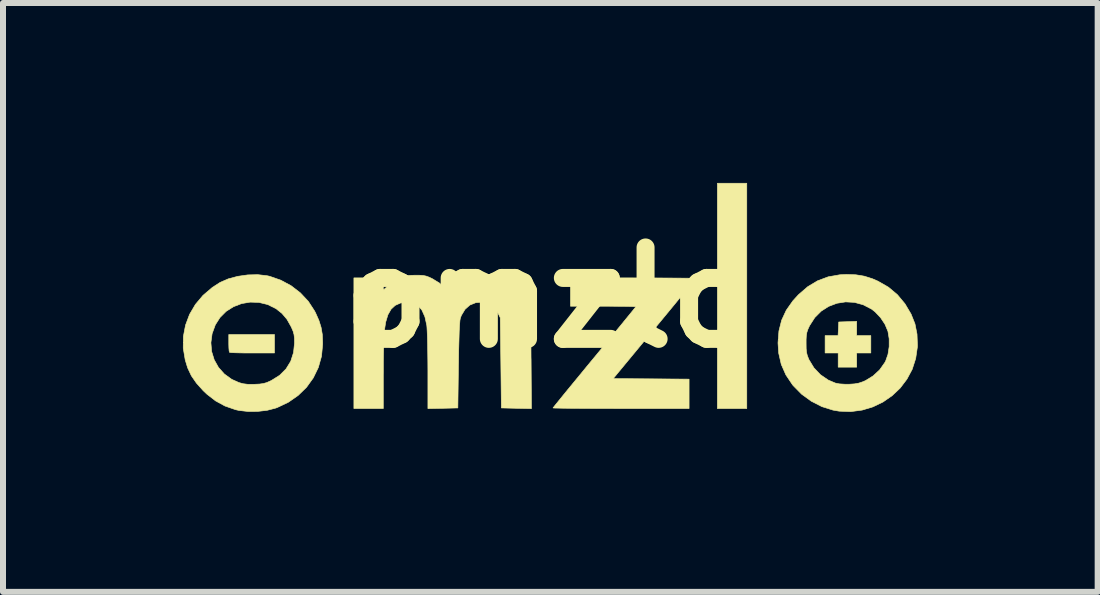
<source format=kicad_pcb>
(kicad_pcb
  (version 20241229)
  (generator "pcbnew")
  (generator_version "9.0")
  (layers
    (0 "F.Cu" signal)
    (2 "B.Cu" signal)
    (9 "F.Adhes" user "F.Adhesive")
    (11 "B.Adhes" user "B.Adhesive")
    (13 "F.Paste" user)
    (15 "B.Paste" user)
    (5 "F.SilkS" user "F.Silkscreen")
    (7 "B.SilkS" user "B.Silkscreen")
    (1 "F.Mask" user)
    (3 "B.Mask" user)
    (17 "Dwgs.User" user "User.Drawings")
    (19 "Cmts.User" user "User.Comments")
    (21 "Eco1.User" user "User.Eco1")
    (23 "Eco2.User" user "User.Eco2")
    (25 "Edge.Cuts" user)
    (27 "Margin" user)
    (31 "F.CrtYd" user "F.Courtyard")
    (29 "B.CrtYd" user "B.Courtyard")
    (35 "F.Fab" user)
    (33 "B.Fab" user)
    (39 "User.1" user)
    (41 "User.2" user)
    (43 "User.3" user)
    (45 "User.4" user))
  (footprint "omzlo"
    (layer "F.Cu")
    (at 6.116 1.91)
    (property "Reference" "omzlo" (at 0 0 0) (layer "F.SilkS") (effects (font (size 1.524 1.524) (thickness 0.3))))
    (attr through_hole)
    (fp_poly (pts (xy 3.284 1.851) (xy 2.794 1.851) (xy 2.794 -1.905) (xy 3.284 -1.905) (xy 3.284 1.851)) (stroke (width 0.01) (type solid)) (fill yes) (layer "F.SilkS"))
    (fp_poly (pts (xy -4.59 0.925) (xy -4.959 0.925) (xy -5.071 0.925) (xy -5.171 0.923) (xy -5.252 0.921) (xy -5.31 0.918) (xy -5.338 0.914) (xy -5.34 0.913) (xy -5.346 0.89) (xy -5.35 0.841) (xy -5.352 0.775) (xy -5.352 0.759) (xy -5.352 0.617) (xy -4.59 0.617) (xy -4.59 0.925)) (stroke (width 0.01) (type solid)) (fill yes) (layer "F.SilkS"))
    (fp_poly (pts (xy 5.116 0.635) (xy 5.352 0.635) (xy 5.352 0.925) (xy 5.116 0.925) (xy 5.116 1.161) (xy 4.808 1.161) (xy 4.808 0.925) (xy 4.59 0.925) (xy 4.59 0.635) (xy 4.806 0.635) (xy 4.812 0.522) (xy 4.817 0.408) (xy 4.967 0.403) (xy 5.116 0.398) (xy 5.116 0.635)) (stroke (width 0.01) (type solid)) (fill yes) (layer "F.SilkS"))
    (fp_poly (pts (xy 1.579 -0.326) (xy 1.758 -0.326) (xy 1.923 -0.325) (xy 2.071 -0.324) (xy 2.197 -0.323) (xy 2.3 -0.322) (xy 2.375 -0.321) (xy 2.42 -0.319) (xy 2.431 -0.318) (xy 2.42 -0.303) (xy 2.387 -0.262) (xy 2.336 -0.198) (xy 2.267 -0.114) (xy 2.183 -0.012) (xy 2.087 0.106) (xy 1.979 0.237) (xy 1.862 0.379) (xy 1.744 0.521) (xy 1.057 1.352) (xy 1.689 1.356) (xy 2.322 1.361) (xy 2.322 1.851) (xy 1.188 1.851) (xy 0.989 1.85) (xy 0.801 1.85) (xy 0.627 1.849) (xy 0.471 1.848) (xy 0.335 1.847) (xy 0.222 1.846) (xy 0.136 1.844) (xy 0.079 1.843) (xy 0.055 1.841) (xy 0.054 1.84) (xy 0.066 1.825) (xy 0.098 1.784) (xy 0.15 1.72) (xy 0.218 1.636) (xy 0.302 1.533) (xy 0.399 1.415) (xy 0.507 1.284) (xy 0.624 1.141) (xy 0.744 0.996) (xy 0.868 0.846) (xy 0.985 0.705) (xy 1.092 0.574) (xy 1.189 0.456) (xy 1.272 0.354) (xy 1.34 0.271) (xy 1.391 0.208) (xy 1.423 0.168) (xy 1.433 0.154) (xy 1.416 0.152) (xy 1.367 0.15) (xy 1.29 0.148) (xy 1.19 0.147) (xy 1.072 0.146) (xy 0.94 0.145) (xy 0.889 0.145) (xy 0.345 0.145) (xy 0.345 -0.327) (xy 1.388 -0.327) (xy 1.579 -0.326)) (stroke (width 0.01) (type solid)) (fill yes) (layer "F.SilkS"))
    (fp_poly (pts (xy -4.712 -0.363) (xy -4.671 -0.354) (xy -4.485 -0.289) (xy -4.312 -0.196) (xy -4.158 -0.077) (xy -4.026 0.064) (xy -3.923 0.222) (xy -3.906 0.254) (xy -3.849 0.383) (xy -3.813 0.498) (xy -3.793 0.614) (xy -3.787 0.745) (xy -3.787 0.78) (xy -3.806 0.979) (xy -3.859 1.167) (xy -3.943 1.34) (xy -4.056 1.497) (xy -4.196 1.633) (xy -4.36 1.747) (xy -4.546 1.835) (xy -4.575 1.845) (xy -4.714 1.881) (xy -4.871 1.899) (xy -5.031 1.9) (xy -5.181 1.883) (xy -5.239 1.87) (xy -5.415 1.809) (xy -5.571 1.724) (xy -5.717 1.611) (xy -5.779 1.552) (xy -5.891 1.427) (xy -5.976 1.304) (xy -6.038 1.172) (xy -6.078 1.041) (xy -6.111 0.844) (xy -6.11 0.753) (xy -5.65 0.753) (xy -5.638 0.899) (xy -5.595 1.038) (xy -5.524 1.165) (xy -5.426 1.275) (xy -5.303 1.364) (xy -5.183 1.418) (xy -5.115 1.437) (xy -5.037 1.447) (xy -4.938 1.447) (xy -4.925 1.447) (xy -4.839 1.443) (xy -4.775 1.434) (xy -4.718 1.418) (xy -4.656 1.39) (xy -4.641 1.383) (xy -4.504 1.297) (xy -4.397 1.19) (xy -4.319 1.063) (xy -4.272 0.917) (xy -4.256 0.762) (xy -4.257 0.679) (xy -4.264 0.618) (xy -4.279 0.563) (xy -4.306 0.5) (xy -4.311 0.489) (xy -4.382 0.363) (xy -4.465 0.265) (xy -4.566 0.185) (xy -4.568 0.184) (xy -4.704 0.117) (xy -4.848 0.082) (xy -4.995 0.077) (xy -5.138 0.101) (xy -5.273 0.153) (xy -5.395 0.23) (xy -5.498 0.333) (xy -5.576 0.455) (xy -5.63 0.603) (xy -5.65 0.753) (xy -6.11 0.753) (xy -6.109 0.65) (xy -6.073 0.461) (xy -6.006 0.282) (xy -5.908 0.115) (xy -5.781 -0.036) (xy -5.626 -0.168) (xy -5.496 -0.252) (xy -5.36 -0.311) (xy -5.203 -0.353) (xy -5.035 -0.377) (xy -4.868 -0.381) (xy -4.712 -0.363)) (stroke (width 0.01) (type solid)) (fill yes) (layer "F.SilkS"))
    (fp_poly (pts (xy 5.102 -0.379) (xy 5.242 -0.356) (xy 5.378 -0.313) (xy 5.47 -0.273) (xy 5.646 -0.172) (xy 5.795 -0.047) (xy 5.92 0.103) (xy 5.925 0.111) (xy 6.023 0.276) (xy 6.088 0.439) (xy 6.122 0.61) (xy 6.129 0.795) (xy 6.128 0.826) (xy 6.1 1.017) (xy 6.042 1.197) (xy 5.954 1.361) (xy 5.842 1.509) (xy 5.708 1.636) (xy 5.555 1.742) (xy 5.387 1.823) (xy 5.207 1.877) (xy 5.019 1.902) (xy 4.825 1.895) (xy 4.721 1.877) (xy 4.536 1.819) (xy 4.36 1.729) (xy 4.199 1.612) (xy 4.059 1.47) (xy 4.046 1.454) (xy 3.936 1.29) (xy 3.859 1.115) (xy 3.816 0.927) (xy 3.805 0.762) (xy 4.273 0.762) (xy 4.274 0.85) (xy 4.28 0.914) (xy 4.293 0.967) (xy 4.314 1.021) (xy 4.321 1.037) (xy 4.403 1.172) (xy 4.512 1.287) (xy 4.642 1.376) (xy 4.759 1.426) (xy 4.829 1.44) (xy 4.924 1.446) (xy 4.99 1.446) (xy 5.079 1.44) (xy 5.149 1.428) (xy 5.215 1.406) (xy 5.262 1.386) (xy 5.39 1.307) (xy 5.501 1.204) (xy 5.586 1.083) (xy 5.599 1.059) (xy 5.638 0.948) (xy 5.658 0.82) (xy 5.658 0.688) (xy 5.638 0.567) (xy 5.636 0.56) (xy 5.588 0.446) (xy 5.514 0.335) (xy 5.424 0.24) (xy 5.366 0.194) (xy 5.225 0.121) (xy 5.079 0.081) (xy 4.931 0.073) (xy 4.786 0.096) (xy 4.649 0.148) (xy 4.525 0.227) (xy 4.418 0.334) (xy 4.333 0.466) (xy 4.331 0.469) (xy 4.303 0.53) (xy 4.286 0.58) (xy 4.277 0.632) (xy 4.273 0.699) (xy 4.273 0.762) (xy 3.805 0.762) (xy 3.805 0.753) (xy 3.82 0.558) (xy 3.865 0.379) (xy 3.942 0.213) (xy 4.053 0.055) (xy 4.145 -0.046) (xy 4.3 -0.18) (xy 4.465 -0.279) (xy 4.642 -0.345) (xy 4.835 -0.379) (xy 4.944 -0.384) (xy 5.102 -0.379)) (stroke (width 0.01) (type solid)) (fill yes) (layer "F.SilkS"))
    (fp_poly (pts (xy -0.917 -0.373) (xy -0.763 -0.34) (xy -0.63 -0.279) (xy -0.519 -0.189) (xy -0.43 -0.069) (xy -0.362 0.079) (xy -0.358 0.09) (xy -0.349 0.119) (xy -0.341 0.149) (xy -0.335 0.181) (xy -0.329 0.221) (xy -0.325 0.271) (xy -0.322 0.336) (xy -0.319 0.418) (xy -0.317 0.522) (xy -0.316 0.651) (xy -0.314 0.808) (xy -0.313 0.998) (xy -0.312 1.03) (xy -0.306 1.852) (xy -0.557 1.847) (xy -0.807 1.841) (xy -0.816 1.089) (xy -0.826 0.336) (xy -0.871 0.246) (xy -0.922 0.164) (xy -0.981 0.112) (xy -1.058 0.085) (xy -1.12 0.077) (xy -1.234 0.086) (xy -1.333 0.126) (xy -1.413 0.197) (xy -1.474 0.298) (xy -1.491 0.343) (xy -1.498 0.381) (xy -1.504 0.453) (xy -1.51 0.56) (xy -1.514 0.701) (xy -1.519 0.878) (xy -1.522 1.09) (xy -1.523 1.125) (xy -1.533 1.841) (xy -1.783 1.847) (xy -2.032 1.852) (xy -2.032 1.221) (xy -2.033 1.066) (xy -2.035 0.918) (xy -2.037 0.782) (xy -2.04 0.662) (xy -2.044 0.564) (xy -2.048 0.493) (xy -2.051 0.463) (xy -2.082 0.322) (xy -2.131 0.212) (xy -2.196 0.134) (xy -2.279 0.088) (xy -2.378 0.074) (xy -2.49 0.092) (xy -2.577 0.131) (xy -2.646 0.195) (xy -2.699 0.288) (xy -2.736 0.41) (xy -2.757 0.548) (xy -2.762 0.609) (xy -2.766 0.701) (xy -2.77 0.816) (xy -2.773 0.949) (xy -2.775 1.093) (xy -2.775 1.242) (xy -2.776 1.284) (xy -2.776 1.851) (xy -3.266 1.851) (xy -3.266 -0.327) (xy -2.776 -0.327) (xy -2.776 -0.124) (xy -2.682 -0.208) (xy -2.599 -0.279) (xy -2.527 -0.325) (xy -2.456 -0.354) (xy -2.372 -0.367) (xy -2.265 -0.371) (xy -2.258 -0.371) (xy -2.172 -0.371) (xy -2.11 -0.367) (xy -2.061 -0.357) (xy -2.012 -0.339) (xy -1.956 -0.312) (xy -1.84 -0.241) (xy -1.753 -0.162) (xy -1.671 -0.071) (xy -1.595 -0.154) (xy -1.523 -0.218) (xy -1.429 -0.279) (xy -1.386 -0.302) (xy -1.311 -0.336) (xy -1.247 -0.358) (xy -1.178 -0.37) (xy -1.094 -0.376) (xy -0.917 -0.373)) (stroke (width 0.01) (type solid)) (fill yes) (layer "F.SilkS")))
  (gr_rect
    (start -3 -3)
    (end 15.25 6.817)
    (stroke (width 0.1) (type default))
    (fill no)
    (layer "Edge.Cuts")))
</source>
